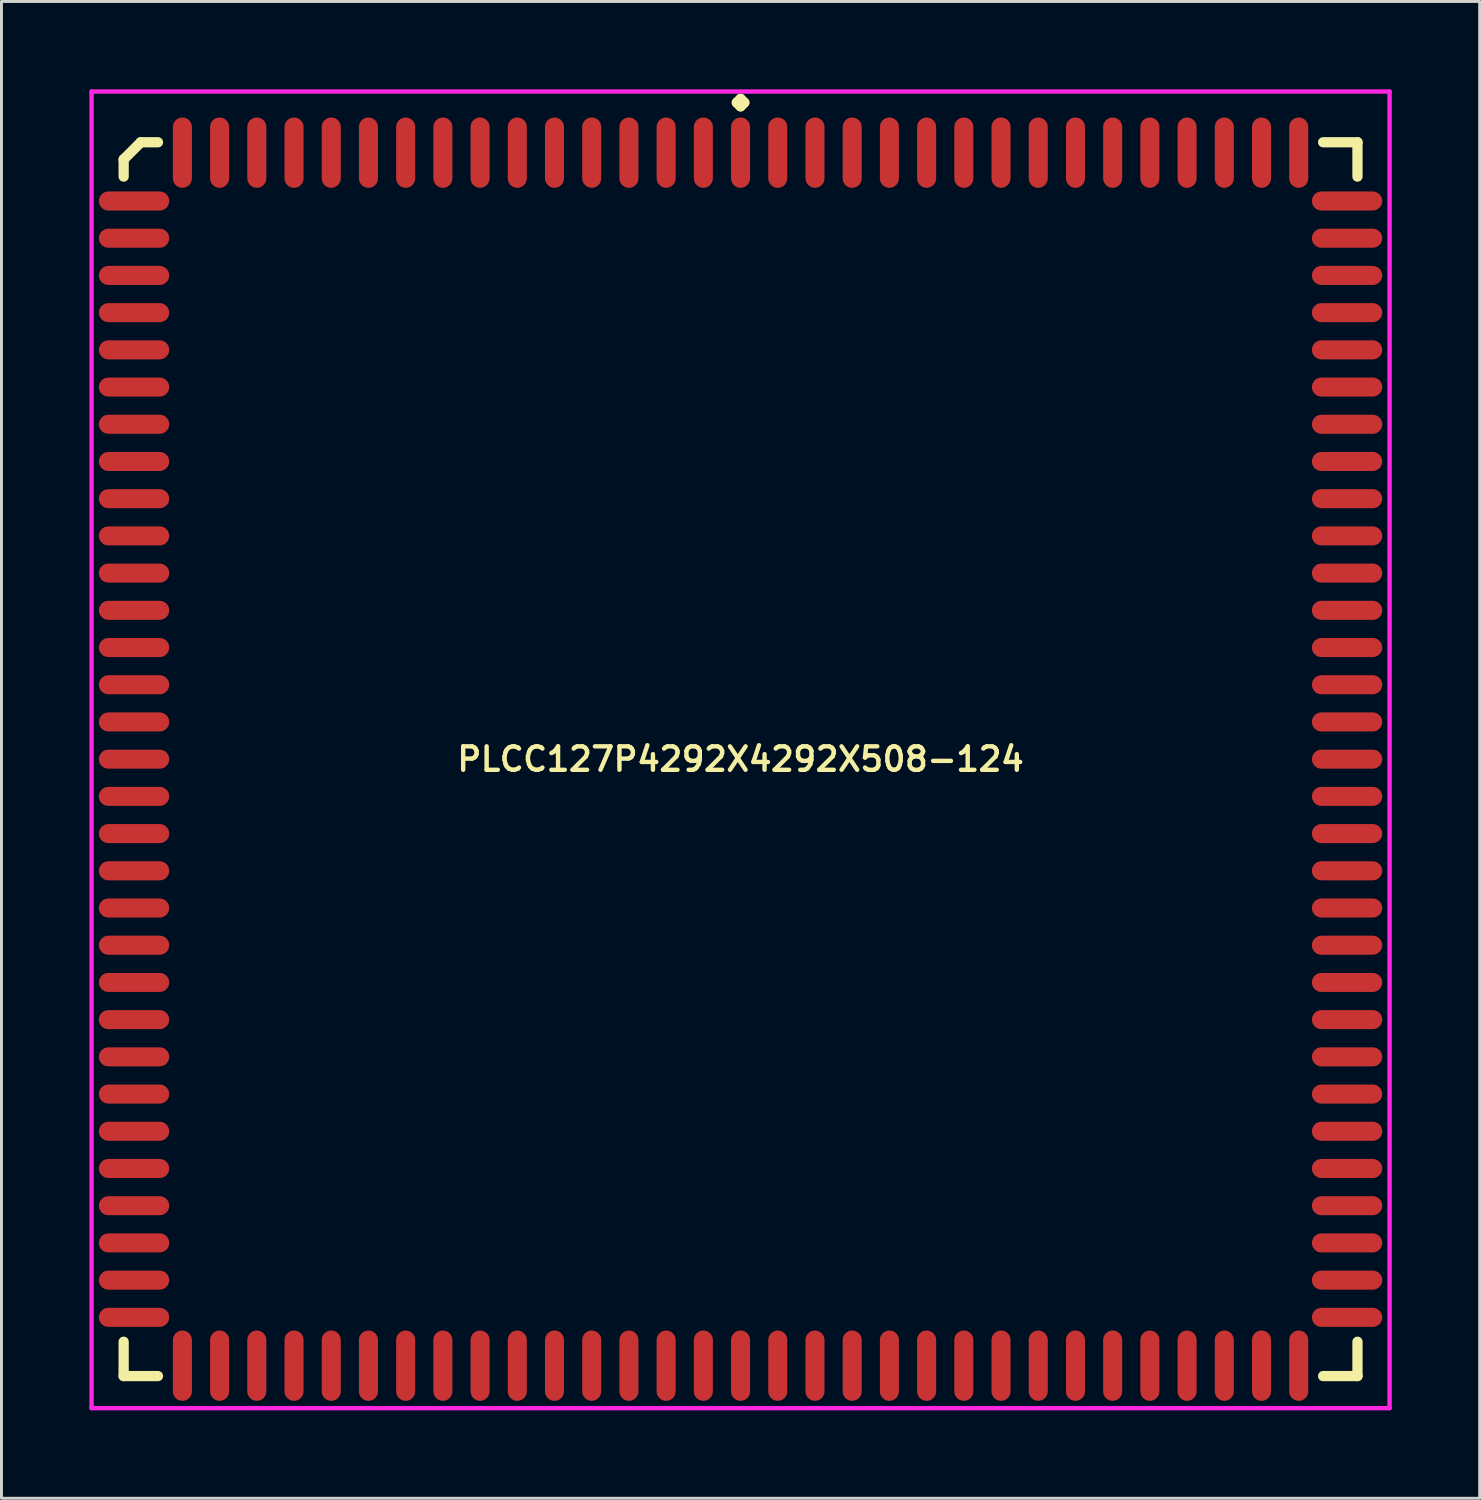
<source format=kicad_pcb>
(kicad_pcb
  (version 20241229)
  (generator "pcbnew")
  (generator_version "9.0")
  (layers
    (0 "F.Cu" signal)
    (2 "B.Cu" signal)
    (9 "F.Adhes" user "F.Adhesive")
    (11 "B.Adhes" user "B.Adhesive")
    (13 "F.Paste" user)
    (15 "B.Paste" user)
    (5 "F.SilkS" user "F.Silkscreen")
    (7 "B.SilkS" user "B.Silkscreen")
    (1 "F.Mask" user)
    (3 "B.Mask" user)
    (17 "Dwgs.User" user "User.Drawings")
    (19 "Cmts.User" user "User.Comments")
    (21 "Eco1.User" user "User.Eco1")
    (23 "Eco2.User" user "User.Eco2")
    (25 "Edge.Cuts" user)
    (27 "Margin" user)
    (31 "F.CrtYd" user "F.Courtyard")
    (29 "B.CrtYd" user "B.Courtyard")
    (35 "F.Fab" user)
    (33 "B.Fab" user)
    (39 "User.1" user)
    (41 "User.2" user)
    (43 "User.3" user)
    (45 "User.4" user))
  (footprint "PLCC127P4292X4292X508-124"
    (layer "F.Cu")
    (at 22.225 22.86)
    (property "Reference" "PLCC127P4292X4292X508-124" (at 0 0 0) (layer "F.SilkS") (effects (font (size 0.8 0.8) (thickness 0.15))))
    (attr smd)
    (fp_line (start -21.055 -20.469) (end -20.469 -21.055) (stroke (width 0.35) (type solid)) (layer "F.SilkS"))
    (fp_line (start -21.055 -19.883) (end -21.055 -20.469) (stroke (width 0.35) (type solid)) (layer "F.SilkS"))
    (fp_line (start -21.055 19.883) (end -21.055 21.055) (stroke (width 0.35) (type solid)) (layer "F.SilkS"))
    (fp_line (start -21.055 21.055) (end -19.883 21.055) (stroke (width 0.35) (type solid)) (layer "F.SilkS"))
    (fp_line (start -20.469 -21.055) (end -19.883 -21.055) (stroke (width 0.35) (type solid)) (layer "F.SilkS"))
    (fp_line (start -0.127 -22.408) (end 0 -22.535) (stroke (width 0.35) (type solid)) (layer "F.SilkS"))
    (fp_line (start 0 -22.535) (end 0.127 -22.408) (stroke (width 0.35) (type solid)) (layer "F.SilkS"))
    (fp_line (start 0 -22.281) (end -0.127 -22.408) (stroke (width 0.35) (type solid)) (layer "F.SilkS"))
    (fp_line (start 0.127 -22.408) (end 0 -22.281) (stroke (width 0.35) (type solid)) (layer "F.SilkS"))
    (fp_line (start 21.055 -21.055) (end 19.883 -21.055) (stroke (width 0.35) (type solid)) (layer "F.SilkS"))
    (fp_line (start 21.055 -19.883) (end 21.055 -21.055) (stroke (width 0.35) (type solid)) (layer "F.SilkS"))
    (fp_line (start 21.055 19.883) (end 21.055 21.055) (stroke (width 0.35) (type solid)) (layer "F.SilkS"))
    (fp_line (start 21.055 21.055) (end 19.883 21.055) (stroke (width 0.35) (type solid)) (layer "F.SilkS"))
    (fp_line (start -22.15 -22.785) (end 22.15 -22.785) (stroke (width 0.15) (type solid)) (layer "F.CrtYd"))
    (fp_line (start -22.15 22.15) (end -22.15 -22.785) (stroke (width 0.15) (type solid)) (layer "F.CrtYd"))
    (fp_line (start 22.15 -22.785) (end 22.15 22.15) (stroke (width 0.15) (type solid)) (layer "F.CrtYd"))
    (fp_line (start 22.15 22.15) (end -22.15 22.15) (stroke (width 0.15) (type solid)) (layer "F.CrtYd"))
    (pad "1" smd oval (at 0 -20.7) (size 0.65 2.4) (layers "F.Cu" "F.Mask" "F.Paste"))
    (pad "2" smd oval (at -1.27 -20.7) (size 0.65 2.4) (layers "F.Cu" "F.Mask" "F.Paste"))
    (pad "3" smd oval (at -2.54 -20.7) (size 0.65 2.4) (layers "F.Cu" "F.Mask" "F.Paste"))
    (pad "4" smd oval (at -3.81 -20.7) (size 0.65 2.4) (layers "F.Cu" "F.Mask" "F.Paste"))
    (pad "5" smd oval (at -5.08 -20.7) (size 0.65 2.4) (layers "F.Cu" "F.Mask" "F.Paste"))
    (pad "6" smd oval (at -6.35 -20.7) (size 0.65 2.4) (layers "F.Cu" "F.Mask" "F.Paste"))
    (pad "7" smd oval (at -7.62 -20.7) (size 0.65 2.4) (layers "F.Cu" "F.Mask" "F.Paste"))
    (pad "8" smd oval (at -8.89 -20.7) (size 0.65 2.4) (layers "F.Cu" "F.Mask" "F.Paste"))
    (pad "9" smd oval (at -10.16 -20.7) (size 0.65 2.4) (layers "F.Cu" "F.Mask" "F.Paste"))
    (pad "10" smd oval (at -11.43 -20.7) (size 0.65 2.4) (layers "F.Cu" "F.Mask" "F.Paste"))
    (pad "11" smd oval (at -12.7 -20.7) (size 0.65 2.4) (layers "F.Cu" "F.Mask" "F.Paste"))
    (pad "12" smd oval (at -13.97 -20.7) (size 0.65 2.4) (layers "F.Cu" "F.Mask" "F.Paste"))
    (pad "13" smd oval (at -15.24 -20.7) (size 0.65 2.4) (layers "F.Cu" "F.Mask" "F.Paste"))
    (pad "14" smd oval (at -16.51 -20.7) (size 0.65 2.4) (layers "F.Cu" "F.Mask" "F.Paste"))
    (pad "15" smd oval (at -17.78 -20.7) (size 0.65 2.4) (layers "F.Cu" "F.Mask" "F.Paste"))
    (pad "16" smd oval (at -19.05 -20.7) (size 0.65 2.4) (layers "F.Cu" "F.Mask" "F.Paste"))
    (pad "17" smd oval (at -20.7 -19.05) (size 2.4 0.65) (layers "F.Cu" "F.Mask" "F.Paste"))
    (pad "18" smd oval (at -20.7 -17.78) (size 2.4 0.65) (layers "F.Cu" "F.Mask" "F.Paste"))
    (pad "19" smd oval (at -20.7 -16.51) (size 2.4 0.65) (layers "F.Cu" "F.Mask" "F.Paste"))
    (pad "20" smd oval (at -20.7 -15.24) (size 2.4 0.65) (layers "F.Cu" "F.Mask" "F.Paste"))
    (pad "21" smd oval (at -20.7 -13.97) (size 2.4 0.65) (layers "F.Cu" "F.Mask" "F.Paste"))
    (pad "22" smd oval (at -20.7 -12.7) (size 2.4 0.65) (layers "F.Cu" "F.Mask" "F.Paste"))
    (pad "23" smd oval (at -20.7 -11.43) (size 2.4 0.65) (layers "F.Cu" "F.Mask" "F.Paste"))
    (pad "24" smd oval (at -20.7 -10.16) (size 2.4 0.65) (layers "F.Cu" "F.Mask" "F.Paste"))
    (pad "25" smd oval (at -20.7 -8.89) (size 2.4 0.65) (layers "F.Cu" "F.Mask" "F.Paste"))
    (pad "26" smd oval (at -20.7 -7.62) (size 2.4 0.65) (layers "F.Cu" "F.Mask" "F.Paste"))
    (pad "27" smd oval (at -20.7 -6.35) (size 2.4 0.65) (layers "F.Cu" "F.Mask" "F.Paste"))
    (pad "28" smd oval (at -20.7 -5.08) (size 2.4 0.65) (layers "F.Cu" "F.Mask" "F.Paste"))
    (pad "29" smd oval (at -20.7 -3.81) (size 2.4 0.65) (layers "F.Cu" "F.Mask" "F.Paste"))
    (pad "30" smd oval (at -20.7 -2.54) (size 2.4 0.65) (layers "F.Cu" "F.Mask" "F.Paste"))
    (pad "31" smd oval (at -20.7 -1.27) (size 2.4 0.65) (layers "F.Cu" "F.Mask" "F.Paste"))
    (pad "32" smd oval (at -20.7 0) (size 2.4 0.65) (layers "F.Cu" "F.Mask" "F.Paste"))
    (pad "33" smd oval (at -20.7 1.27) (size 2.4 0.65) (layers "F.Cu" "F.Mask" "F.Paste"))
    (pad "34" smd oval (at -20.7 2.54) (size 2.4 0.65) (layers "F.Cu" "F.Mask" "F.Paste"))
    (pad "35" smd oval (at -20.7 3.81) (size 2.4 0.65) (layers "F.Cu" "F.Mask" "F.Paste"))
    (pad "36" smd oval (at -20.7 5.08) (size 2.4 0.65) (layers "F.Cu" "F.Mask" "F.Paste"))
    (pad "37" smd oval (at -20.7 6.35) (size 2.4 0.65) (layers "F.Cu" "F.Mask" "F.Paste"))
    (pad "38" smd oval (at -20.7 7.62) (size 2.4 0.65) (layers "F.Cu" "F.Mask" "F.Paste"))
    (pad "39" smd oval (at -20.7 8.89) (size 2.4 0.65) (layers "F.Cu" "F.Mask" "F.Paste"))
    (pad "40" smd oval (at -20.7 10.16) (size 2.4 0.65) (layers "F.Cu" "F.Mask" "F.Paste"))
    (pad "41" smd oval (at -20.7 11.43) (size 2.4 0.65) (layers "F.Cu" "F.Mask" "F.Paste"))
    (pad "42" smd oval (at -20.7 12.7) (size 2.4 0.65) (layers "F.Cu" "F.Mask" "F.Paste"))
    (pad "43" smd oval (at -20.7 13.97) (size 2.4 0.65) (layers "F.Cu" "F.Mask" "F.Paste"))
    (pad "44" smd oval (at -20.7 15.24) (size 2.4 0.65) (layers "F.Cu" "F.Mask" "F.Paste"))
    (pad "45" smd oval (at -20.7 16.51) (size 2.4 0.65) (layers "F.Cu" "F.Mask" "F.Paste"))
    (pad "46" smd oval (at -20.7 17.78) (size 2.4 0.65) (layers "F.Cu" "F.Mask" "F.Paste"))
    (pad "47" smd oval (at -20.7 19.05) (size 2.4 0.65) (layers "F.Cu" "F.Mask" "F.Paste"))
    (pad "48" smd oval (at -19.05 20.7) (size 0.65 2.4) (layers "F.Cu" "F.Mask" "F.Paste"))
    (pad "49" smd oval (at -17.78 20.7) (size 0.65 2.4) (layers "F.Cu" "F.Mask" "F.Paste"))
    (pad "50" smd oval (at -16.51 20.7) (size 0.65 2.4) (layers "F.Cu" "F.Mask" "F.Paste"))
    (pad "51" smd oval (at -15.24 20.7) (size 0.65 2.4) (layers "F.Cu" "F.Mask" "F.Paste"))
    (pad "52" smd oval (at -13.97 20.7) (size 0.65 2.4) (layers "F.Cu" "F.Mask" "F.Paste"))
    (pad "53" smd oval (at -12.7 20.7) (size 0.65 2.4) (layers "F.Cu" "F.Mask" "F.Paste"))
    (pad "54" smd oval (at -11.43 20.7) (size 0.65 2.4) (layers "F.Cu" "F.Mask" "F.Paste"))
    (pad "55" smd oval (at -10.16 20.7) (size 0.65 2.4) (layers "F.Cu" "F.Mask" "F.Paste"))
    (pad "56" smd oval (at -8.89 20.7) (size 0.65 2.4) (layers "F.Cu" "F.Mask" "F.Paste"))
    (pad "57" smd oval (at -7.62 20.7) (size 0.65 2.4) (layers "F.Cu" "F.Mask" "F.Paste"))
    (pad "58" smd oval (at -6.35 20.7) (size 0.65 2.4) (layers "F.Cu" "F.Mask" "F.Paste"))
    (pad "59" smd oval (at -5.08 20.7) (size 0.65 2.4) (layers "F.Cu" "F.Mask" "F.Paste"))
    (pad "60" smd oval (at -3.81 20.7) (size 0.65 2.4) (layers "F.Cu" "F.Mask" "F.Paste"))
    (pad "61" smd oval (at -2.54 20.7) (size 0.65 2.4) (layers "F.Cu" "F.Mask" "F.Paste"))
    (pad "62" smd oval (at -1.27 20.7) (size 0.65 2.4) (layers "F.Cu" "F.Mask" "F.Paste"))
    (pad "63" smd oval (at 0 20.7) (size 0.65 2.4) (layers "F.Cu" "F.Mask" "F.Paste"))
    (pad "64" smd oval (at 1.27 20.7) (size 0.65 2.4) (layers "F.Cu" "F.Mask" "F.Paste"))
    (pad "65" smd oval (at 2.54 20.7) (size 0.65 2.4) (layers "F.Cu" "F.Mask" "F.Paste"))
    (pad "66" smd oval (at 3.81 20.7) (size 0.65 2.4) (layers "F.Cu" "F.Mask" "F.Paste"))
    (pad "67" smd oval (at 5.08 20.7) (size 0.65 2.4) (layers "F.Cu" "F.Mask" "F.Paste"))
    (pad "68" smd oval (at 6.35 20.7) (size 0.65 2.4) (layers "F.Cu" "F.Mask" "F.Paste"))
    (pad "69" smd oval (at 7.62 20.7) (size 0.65 2.4) (layers "F.Cu" "F.Mask" "F.Paste"))
    (pad "70" smd oval (at 8.89 20.7) (size 0.65 2.4) (layers "F.Cu" "F.Mask" "F.Paste"))
    (pad "71" smd oval (at 10.16 20.7) (size 0.65 2.4) (layers "F.Cu" "F.Mask" "F.Paste"))
    (pad "72" smd oval (at 11.43 20.7) (size 0.65 2.4) (layers "F.Cu" "F.Mask" "F.Paste"))
    (pad "73" smd oval (at 12.7 20.7) (size 0.65 2.4) (layers "F.Cu" "F.Mask" "F.Paste"))
    (pad "74" smd oval (at 13.97 20.7) (size 0.65 2.4) (layers "F.Cu" "F.Mask" "F.Paste"))
    (pad "75" smd oval (at 15.24 20.7) (size 0.65 2.4) (layers "F.Cu" "F.Mask" "F.Paste"))
    (pad "76" smd oval (at 16.51 20.7) (size 0.65 2.4) (layers "F.Cu" "F.Mask" "F.Paste"))
    (pad "77" smd oval (at 17.78 20.7) (size 0.65 2.4) (layers "F.Cu" "F.Mask" "F.Paste"))
    (pad "78" smd oval (at 19.05 20.7) (size 0.65 2.4) (layers "F.Cu" "F.Mask" "F.Paste"))
    (pad "79" smd oval (at 20.7 19.05) (size 2.4 0.65) (layers "F.Cu" "F.Mask" "F.Paste"))
    (pad "80" smd oval (at 20.7 17.78) (size 2.4 0.65) (layers "F.Cu" "F.Mask" "F.Paste"))
    (pad "81" smd oval (at 20.7 16.51) (size 2.4 0.65) (layers "F.Cu" "F.Mask" "F.Paste"))
    (pad "82" smd oval (at 20.7 15.24) (size 2.4 0.65) (layers "F.Cu" "F.Mask" "F.Paste"))
    (pad "83" smd oval (at 20.7 13.97) (size 2.4 0.65) (layers "F.Cu" "F.Mask" "F.Paste"))
    (pad "84" smd oval (at 20.7 12.7) (size 2.4 0.65) (layers "F.Cu" "F.Mask" "F.Paste"))
    (pad "85" smd oval (at 20.7 11.43) (size 2.4 0.65) (layers "F.Cu" "F.Mask" "F.Paste"))
    (pad "86" smd oval (at 20.7 10.16) (size 2.4 0.65) (layers "F.Cu" "F.Mask" "F.Paste"))
    (pad "87" smd oval (at 20.7 8.89) (size 2.4 0.65) (layers "F.Cu" "F.Mask" "F.Paste"))
    (pad "88" smd oval (at 20.7 7.62) (size 2.4 0.65) (layers "F.Cu" "F.Mask" "F.Paste"))
    (pad "89" smd oval (at 20.7 6.35) (size 2.4 0.65) (layers "F.Cu" "F.Mask" "F.Paste"))
    (pad "90" smd oval (at 20.7 5.08) (size 2.4 0.65) (layers "F.Cu" "F.Mask" "F.Paste"))
    (pad "91" smd oval (at 20.7 3.81) (size 2.4 0.65) (layers "F.Cu" "F.Mask" "F.Paste"))
    (pad "92" smd oval (at 20.7 2.54) (size 2.4 0.65) (layers "F.Cu" "F.Mask" "F.Paste"))
    (pad "93" smd oval (at 20.7 1.27) (size 2.4 0.65) (layers "F.Cu" "F.Mask" "F.Paste"))
    (pad "94" smd oval (at 20.7 0) (size 2.4 0.65) (layers "F.Cu" "F.Mask" "F.Paste"))
    (pad "95" smd oval (at 20.7 -1.27) (size 2.4 0.65) (layers "F.Cu" "F.Mask" "F.Paste"))
    (pad "96" smd oval (at 20.7 -2.54) (size 2.4 0.65) (layers "F.Cu" "F.Mask" "F.Paste"))
    (pad "97" smd oval (at 20.7 -3.81) (size 2.4 0.65) (layers "F.Cu" "F.Mask" "F.Paste"))
    (pad "98" smd oval (at 20.7 -5.08) (size 2.4 0.65) (layers "F.Cu" "F.Mask" "F.Paste"))
    (pad "99" smd oval (at 20.7 -6.35) (size 2.4 0.65) (layers "F.Cu" "F.Mask" "F.Paste"))
    (pad "100" smd oval (at 20.7 -7.62) (size 2.4 0.65) (layers "F.Cu" "F.Mask" "F.Paste"))
    (pad "101" smd oval (at 20.7 -8.89) (size 2.4 0.65) (layers "F.Cu" "F.Mask" "F.Paste"))
    (pad "102" smd oval (at 20.7 -10.16) (size 2.4 0.65) (layers "F.Cu" "F.Mask" "F.Paste"))
    (pad "103" smd oval (at 20.7 -11.43) (size 2.4 0.65) (layers "F.Cu" "F.Mask" "F.Paste"))
    (pad "104" smd oval (at 20.7 -12.7) (size 2.4 0.65) (layers "F.Cu" "F.Mask" "F.Paste"))
    (pad "105" smd oval (at 20.7 -13.97) (size 2.4 0.65) (layers "F.Cu" "F.Mask" "F.Paste"))
    (pad "106" smd oval (at 20.7 -15.24) (size 2.4 0.65) (layers "F.Cu" "F.Mask" "F.Paste"))
    (pad "107" smd oval (at 20.7 -16.51) (size 2.4 0.65) (layers "F.Cu" "F.Mask" "F.Paste"))
    (pad "108" smd oval (at 20.7 -17.78) (size 2.4 0.65) (layers "F.Cu" "F.Mask" "F.Paste"))
    (pad "109" smd oval (at 20.7 -19.05) (size 2.4 0.65) (layers "F.Cu" "F.Mask" "F.Paste"))
    (pad "110" smd oval (at 19.05 -20.7) (size 0.65 2.4) (layers "F.Cu" "F.Mask" "F.Paste"))
    (pad "111" smd oval (at 17.78 -20.7) (size 0.65 2.4) (layers "F.Cu" "F.Mask" "F.Paste"))
    (pad "112" smd oval (at 16.51 -20.7) (size 0.65 2.4) (layers "F.Cu" "F.Mask" "F.Paste"))
    (pad "113" smd oval (at 15.24 -20.7) (size 0.65 2.4) (layers "F.Cu" "F.Mask" "F.Paste"))
    (pad "114" smd oval (at 13.97 -20.7) (size 0.65 2.4) (layers "F.Cu" "F.Mask" "F.Paste"))
    (pad "115" smd oval (at 12.7 -20.7) (size 0.65 2.4) (layers "F.Cu" "F.Mask" "F.Paste"))
    (pad "116" smd oval (at 11.43 -20.7) (size 0.65 2.4) (layers "F.Cu" "F.Mask" "F.Paste"))
    (pad "117" smd oval (at 10.16 -20.7) (size 0.65 2.4) (layers "F.Cu" "F.Mask" "F.Paste"))
    (pad "118" smd oval (at 8.89 -20.7) (size 0.65 2.4) (layers "F.Cu" "F.Mask" "F.Paste"))
    (pad "119" smd oval (at 7.62 -20.7) (size 0.65 2.4) (layers "F.Cu" "F.Mask" "F.Paste"))
    (pad "120" smd oval (at 6.35 -20.7) (size 0.65 2.4) (layers "F.Cu" "F.Mask" "F.Paste"))
    (pad "121" smd oval (at 5.08 -20.7) (size 0.65 2.4) (layers "F.Cu" "F.Mask" "F.Paste"))
    (pad "122" smd oval (at 3.81 -20.7) (size 0.65 2.4) (layers "F.Cu" "F.Mask" "F.Paste"))
    (pad "123" smd oval (at 2.54 -20.7) (size 0.65 2.4) (layers "F.Cu" "F.Mask" "F.Paste"))
    (pad "124" smd oval (at 1.27 -20.7) (size 0.65 2.4) (layers "F.Cu" "F.Mask" "F.Paste")))
  (gr_rect
    (start -3 -3)
    (end 47.45 48.085)
    (stroke (width 0.1) (type default))
    (fill no)
    (layer "Edge.Cuts")))
</source>
